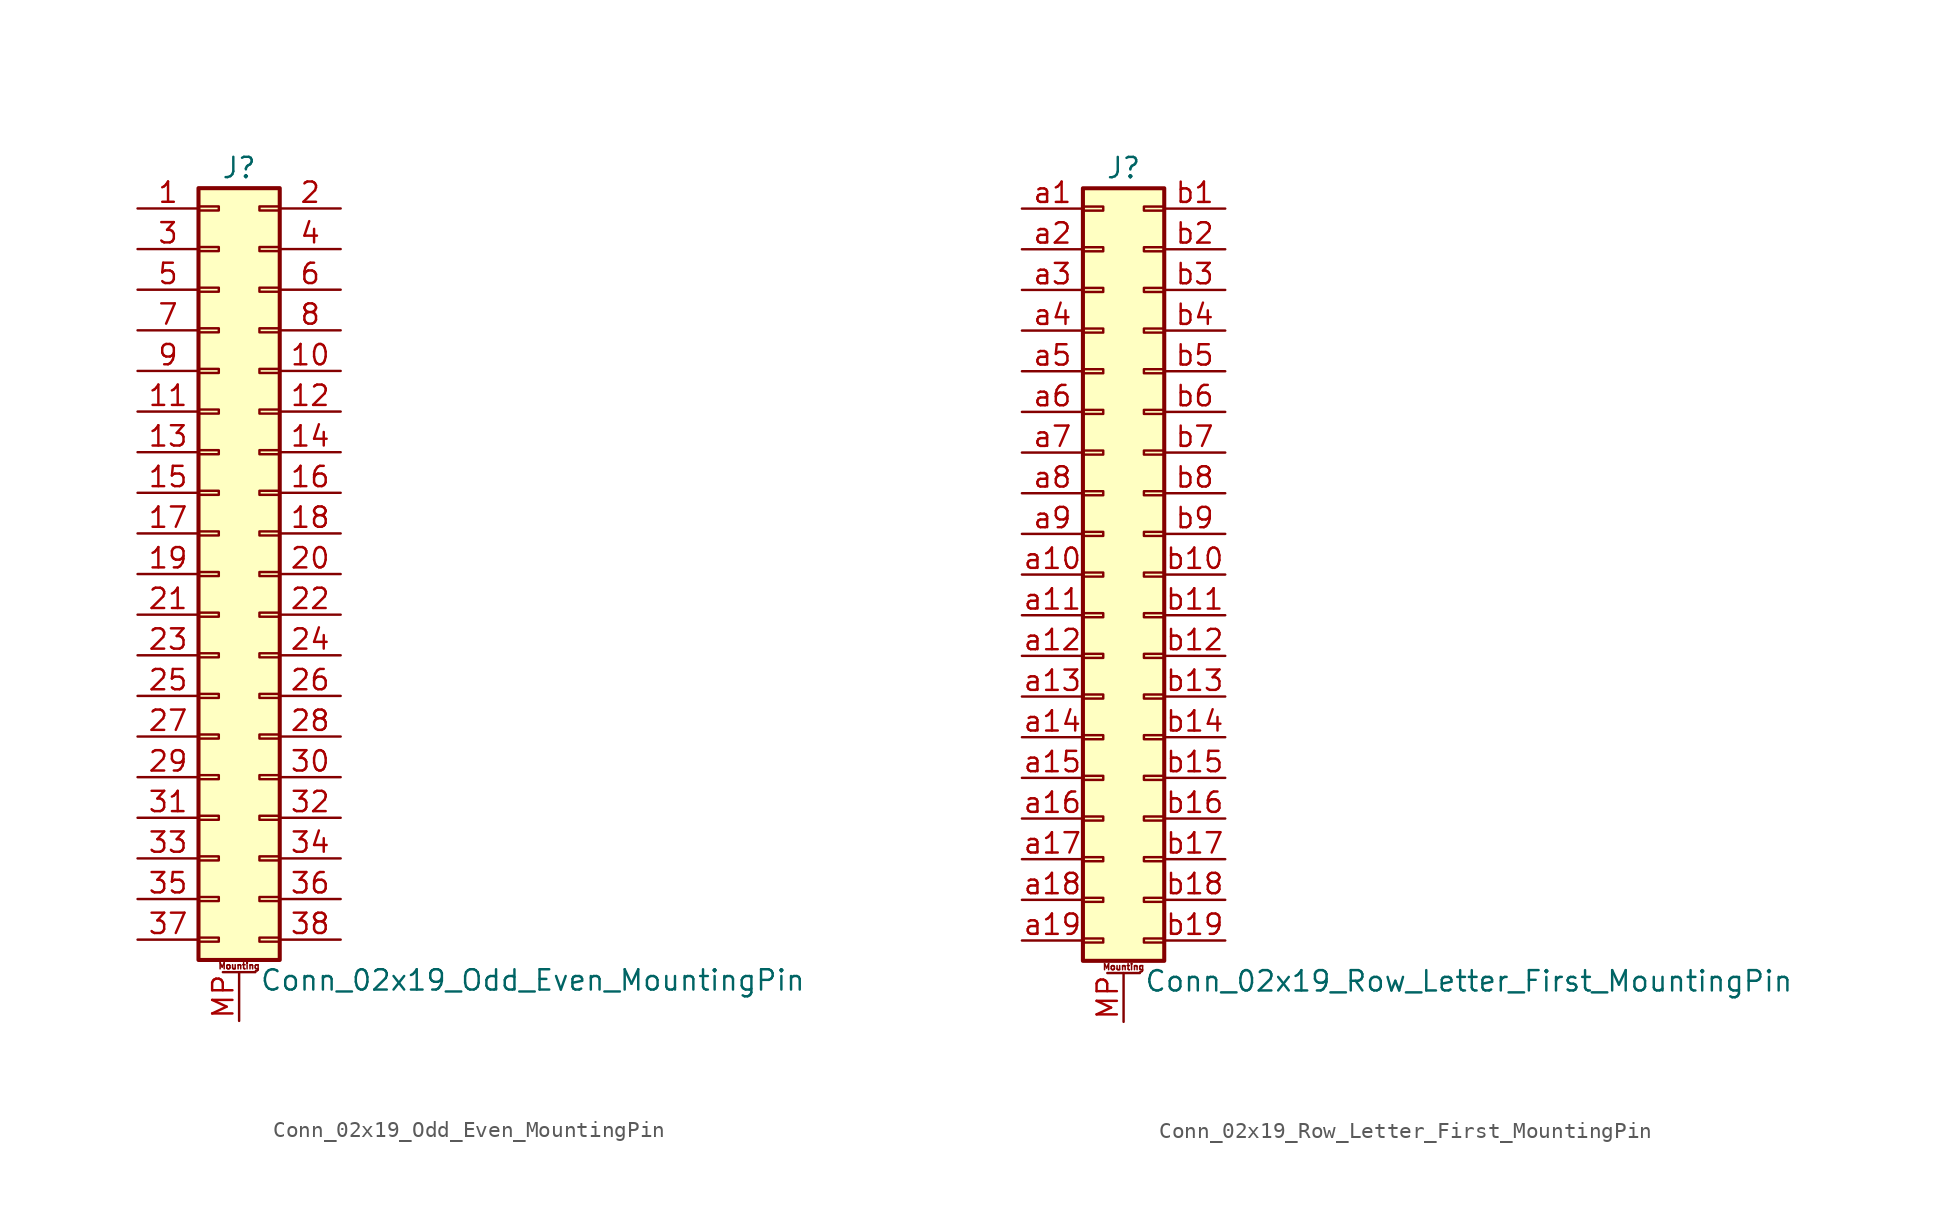
<source format=kicad_sym>
(kicad_symbol_lib
  (version 20211014)
  (generator kicad_symbol_editor)
  (symbol "Conn_02x19_Odd_Even_MountingPin"
    (pin_names
      (offset 1.016) hide)
    (property "Reference" "J"
      (at 1.27 25.4 0)
      (effects (font (size 1.27 1.27))))
    (property "Value" "Conn_02x19_Odd_Even_MountingPin"
      (at 2.54 -25.4 0)
      (effects (font (size 1.27 1.27)) (justify left)))
    (symbol "Conn_02x19_Odd_Even_MountingPin_1_1"
      (rectangle (start -1.27 -22.733) (end 0 -22.987) (stroke (width 0.152) (type default) (color 0 0 0 0)) (fill (type none)))
      (rectangle (start -1.27 -20.193) (end 0 -20.447) (stroke (width 0.152) (type default) (color 0 0 0 0)) (fill (type none)))
      (rectangle (start -1.27 -17.653) (end 0 -17.907) (stroke (width 0.152) (type default) (color 0 0 0 0)) (fill (type none)))
      (rectangle (start -1.27 -15.113) (end 0 -15.367) (stroke (width 0.152) (type default) (color 0 0 0 0)) (fill (type none)))
      (rectangle (start -1.27 -12.573) (end 0 -12.827) (stroke (width 0.152) (type default) (color 0 0 0 0)) (fill (type none)))
      (rectangle (start -1.27 -10.033) (end 0 -10.287) (stroke (width 0.152) (type default) (color 0 0 0 0)) (fill (type none)))
      (rectangle (start -1.27 -7.493) (end 0 -7.747) (stroke (width 0.152) (type default) (color 0 0 0 0)) (fill (type none)))
      (rectangle (start -1.27 -4.953) (end 0 -5.207) (stroke (width 0.152) (type default) (color 0 0 0 0)) (fill (type none)))
      (rectangle (start -1.27 -2.413) (end 0 -2.667) (stroke (width 0.152) (type default) (color 0 0 0 0)) (fill (type none)))
      (rectangle (start -1.27 0.127) (end 0 -0.127) (stroke (width 0.152) (type default) (color 0 0 0 0)) (fill (type none)))
      (rectangle (start -1.27 2.667) (end 0 2.413) (stroke (width 0.152) (type default) (color 0 0 0 0)) (fill (type none)))
      (rectangle (start -1.27 5.207) (end 0 4.953) (stroke (width 0.152) (type default) (color 0 0 0 0)) (fill (type none)))
      (rectangle (start -1.27 7.747) (end 0 7.493) (stroke (width 0.152) (type default) (color 0 0 0 0)) (fill (type none)))
      (rectangle (start -1.27 10.287) (end 0 10.033) (stroke (width 0.152) (type default) (color 0 0 0 0)) (fill (type none)))
      (rectangle (start -1.27 12.827) (end 0 12.573) (stroke (width 0.152) (type default) (color 0 0 0 0)) (fill (type none)))
      (rectangle (start -1.27 15.367) (end 0 15.113) (stroke (width 0.152) (type default) (color 0 0 0 0)) (fill (type none)))
      (rectangle (start -1.27 17.907) (end 0 17.653) (stroke (width 0.152) (type default) (color 0 0 0 0)) (fill (type none)))
      (rectangle (start -1.27 20.447) (end 0 20.193) (stroke (width 0.152) (type default) (color 0 0 0 0)) (fill (type none)))
      (rectangle (start -1.27 22.987) (end 0 22.733) (stroke (width 0.152) (type default) (color 0 0 0 0)) (fill (type none)))
      (rectangle (start -1.27 24.13) (end 3.81 -24.13) (stroke (width 0.254) (type default) (color 0 0 0 0)) (fill (type background)))
      (polyline (pts (xy 0.254 -24.892) (xy 2.286 -24.892)) (stroke (width 0.152) (type default) (color 0 0 0 0)) (fill (type none)))
      (rectangle (start 3.81 -22.733) (end 2.54 -22.987) (stroke (width 0.152) (type default) (color 0 0 0 0)) (fill (type none)))
      (rectangle (start 3.81 -20.193) (end 2.54 -20.447) (stroke (width 0.152) (type default) (color 0 0 0 0)) (fill (type none)))
      (rectangle (start 3.81 -17.653) (end 2.54 -17.907) (stroke (width 0.152) (type default) (color 0 0 0 0)) (fill (type none)))
      (rectangle (start 3.81 -15.113) (end 2.54 -15.367) (stroke (width 0.152) (type default) (color 0 0 0 0)) (fill (type none)))
      (rectangle (start 3.81 -12.573) (end 2.54 -12.827) (stroke (width 0.152) (type default) (color 0 0 0 0)) (fill (type none)))
      (rectangle (start 3.81 -10.033) (end 2.54 -10.287) (stroke (width 0.152) (type default) (color 0 0 0 0)) (fill (type none)))
      (rectangle (start 3.81 -7.493) (end 2.54 -7.747) (stroke (width 0.152) (type default) (color 0 0 0 0)) (fill (type none)))
      (rectangle (start 3.81 -4.953) (end 2.54 -5.207) (stroke (width 0.152) (type default) (color 0 0 0 0)) (fill (type none)))
      (rectangle (start 3.81 -2.413) (end 2.54 -2.667) (stroke (width 0.152) (type default) (color 0 0 0 0)) (fill (type none)))
      (rectangle (start 3.81 0.127) (end 2.54 -0.127) (stroke (width 0.152) (type default) (color 0 0 0 0)) (fill (type none)))
      (rectangle (start 3.81 2.667) (end 2.54 2.413) (stroke (width 0.152) (type default) (color 0 0 0 0)) (fill (type none)))
      (rectangle (start 3.81 5.207) (end 2.54 4.953) (stroke (width 0.152) (type default) (color 0 0 0 0)) (fill (type none)))
      (rectangle (start 3.81 7.747) (end 2.54 7.493) (stroke (width 0.152) (type default) (color 0 0 0 0)) (fill (type none)))
      (rectangle (start 3.81 10.287) (end 2.54 10.033) (stroke (width 0.152) (type default) (color 0 0 0 0)) (fill (type none)))
      (rectangle (start 3.81 12.827) (end 2.54 12.573) (stroke (width 0.152) (type default) (color 0 0 0 0)) (fill (type none)))
      (rectangle (start 3.81 15.367) (end 2.54 15.113) (stroke (width 0.152) (type default) (color 0 0 0 0)) (fill (type none)))
      (rectangle (start 3.81 17.907) (end 2.54 17.653) (stroke (width 0.152) (type default) (color 0 0 0 0)) (fill (type none)))
      (rectangle (start 3.81 20.447) (end 2.54 20.193) (stroke (width 0.152) (type default) (color 0 0 0 0)) (fill (type none)))
      (rectangle (start 3.81 22.987) (end 2.54 22.733) (stroke (width 0.152) (type default) (color 0 0 0 0)) (fill (type none)))
      (text "Mounting" (at 1.27 -24.511 0) (effects (font (size 0.381 0.381))))
      (pin passive line (at -5.08 22.86 0) (length 3.81) (name "Pin_1" (effects (font (size 1.27 1.27)))) (number "1" (effects (font (size 1.27 1.27)))))
      (pin passive line (at 7.62 12.7 180) (length 3.81) (name "Pin_10" (effects (font (size 1.27 1.27)))) (number "10" (effects (font (size 1.27 1.27)))))
      (pin passive line (at -5.08 10.16 0) (length 3.81) (name "Pin_11" (effects (font (size 1.27 1.27)))) (number "11" (effects (font (size 1.27 1.27)))))
      (pin passive line (at 7.62 10.16 180) (length 3.81) (name "Pin_12" (effects (font (size 1.27 1.27)))) (number "12" (effects (font (size 1.27 1.27)))))
      (pin passive line (at -5.08 7.62 0) (length 3.81) (name "Pin_13" (effects (font (size 1.27 1.27)))) (number "13" (effects (font (size 1.27 1.27)))))
      (pin passive line (at 7.62 7.62 180) (length 3.81) (name "Pin_14" (effects (font (size 1.27 1.27)))) (number "14" (effects (font (size 1.27 1.27)))))
      (pin passive line (at -5.08 5.08 0) (length 3.81) (name "Pin_15" (effects (font (size 1.27 1.27)))) (number "15" (effects (font (size 1.27 1.27)))))
      (pin passive line (at 7.62 5.08 180) (length 3.81) (name "Pin_16" (effects (font (size 1.27 1.27)))) (number "16" (effects (font (size 1.27 1.27)))))
      (pin passive line (at -5.08 2.54 0) (length 3.81) (name "Pin_17" (effects (font (size 1.27 1.27)))) (number "17" (effects (font (size 1.27 1.27)))))
      (pin passive line (at 7.62 2.54 180) (length 3.81) (name "Pin_18" (effects (font (size 1.27 1.27)))) (number "18" (effects (font (size 1.27 1.27)))))
      (pin passive line (at -5.08 0 0) (length 3.81) (name "Pin_19" (effects (font (size 1.27 1.27)))) (number "19" (effects (font (size 1.27 1.27)))))
      (pin passive line (at 7.62 22.86 180) (length 3.81) (name "Pin_2" (effects (font (size 1.27 1.27)))) (number "2" (effects (font (size 1.27 1.27)))))
      (pin passive line (at 7.62 0 180) (length 3.81) (name "Pin_20" (effects (font (size 1.27 1.27)))) (number "20" (effects (font (size 1.27 1.27)))))
      (pin passive line (at -5.08 -2.54 0) (length 3.81) (name "Pin_21" (effects (font (size 1.27 1.27)))) (number "21" (effects (font (size 1.27 1.27)))))
      (pin passive line (at 7.62 -2.54 180) (length 3.81) (name "Pin_22" (effects (font (size 1.27 1.27)))) (number "22" (effects (font (size 1.27 1.27)))))
      (pin passive line (at -5.08 -5.08 0) (length 3.81) (name "Pin_23" (effects (font (size 1.27 1.27)))) (number "23" (effects (font (size 1.27 1.27)))))
      (pin passive line (at 7.62 -5.08 180) (length 3.81) (name "Pin_24" (effects (font (size 1.27 1.27)))) (number "24" (effects (font (size 1.27 1.27)))))
      (pin passive line (at -5.08 -7.62 0) (length 3.81) (name "Pin_25" (effects (font (size 1.27 1.27)))) (number "25" (effects (font (size 1.27 1.27)))))
      (pin passive line (at 7.62 -7.62 180) (length 3.81) (name "Pin_26" (effects (font (size 1.27 1.27)))) (number "26" (effects (font (size 1.27 1.27)))))
      (pin passive line (at -5.08 -10.16 0) (length 3.81) (name "Pin_27" (effects (font (size 1.27 1.27)))) (number "27" (effects (font (size 1.27 1.27)))))
      (pin passive line (at 7.62 -10.16 180) (length 3.81) (name "Pin_28" (effects (font (size 1.27 1.27)))) (number "28" (effects (font (size 1.27 1.27)))))
      (pin passive line (at -5.08 -12.7 0) (length 3.81) (name "Pin_29" (effects (font (size 1.27 1.27)))) (number "29" (effects (font (size 1.27 1.27)))))
      (pin passive line (at -5.08 20.32 0) (length 3.81) (name "Pin_3" (effects (font (size 1.27 1.27)))) (number "3" (effects (font (size 1.27 1.27)))))
      (pin passive line (at 7.62 -12.7 180) (length 3.81) (name "Pin_30" (effects (font (size 1.27 1.27)))) (number "30" (effects (font (size 1.27 1.27)))))
      (pin passive line (at -5.08 -15.24 0) (length 3.81) (name "Pin_31" (effects (font (size 1.27 1.27)))) (number "31" (effects (font (size 1.27 1.27)))))
      (pin passive line (at 7.62 -15.24 180) (length 3.81) (name "Pin_32" (effects (font (size 1.27 1.27)))) (number "32" (effects (font (size 1.27 1.27)))))
      (pin passive line (at -5.08 -17.78 0) (length 3.81) (name "Pin_33" (effects (font (size 1.27 1.27)))) (number "33" (effects (font (size 1.27 1.27)))))
      (pin passive line (at 7.62 -17.78 180) (length 3.81) (name "Pin_34" (effects (font (size 1.27 1.27)))) (number "34" (effects (font (size 1.27 1.27)))))
      (pin passive line (at -5.08 -20.32 0) (length 3.81) (name "Pin_35" (effects (font (size 1.27 1.27)))) (number "35" (effects (font (size 1.27 1.27)))))
      (pin passive line (at 7.62 -20.32 180) (length 3.81) (name "Pin_36" (effects (font (size 1.27 1.27)))) (number "36" (effects (font (size 1.27 1.27)))))
      (pin passive line (at -5.08 -22.86 0) (length 3.81) (name "Pin_37" (effects (font (size 1.27 1.27)))) (number "37" (effects (font (size 1.27 1.27)))))
      (pin passive line (at 7.62 -22.86 180) (length 3.81) (name "Pin_38" (effects (font (size 1.27 1.27)))) (number "38" (effects (font (size 1.27 1.27)))))
      (pin passive line (at 7.62 20.32 180) (length 3.81) (name "Pin_4" (effects (font (size 1.27 1.27)))) (number "4" (effects (font (size 1.27 1.27)))))
      (pin passive line (at -5.08 17.78 0) (length 3.81) (name "Pin_5" (effects (font (size 1.27 1.27)))) (number "5" (effects (font (size 1.27 1.27)))))
      (pin passive line (at 7.62 17.78 180) (length 3.81) (name "Pin_6" (effects (font (size 1.27 1.27)))) (number "6" (effects (font (size 1.27 1.27)))))
      (pin passive line (at -5.08 15.24 0) (length 3.81) (name "Pin_7" (effects (font (size 1.27 1.27)))) (number "7" (effects (font (size 1.27 1.27)))))
      (pin passive line (at 7.62 15.24 180) (length 3.81) (name "Pin_8" (effects (font (size 1.27 1.27)))) (number "8" (effects (font (size 1.27 1.27)))))
      (pin passive line (at -5.08 12.7 0) (length 3.81) (name "Pin_9" (effects (font (size 1.27 1.27)))) (number "9" (effects (font (size 1.27 1.27)))))
      (pin passive line (at 1.27 -27.94 90) (length 3.048) (name "MountPin" (effects (font (size 1.27 1.27)))) (number "MP" (effects (font (size 1.27 1.27)))))))
  (symbol "Conn_02x19_Row_Letter_First_MountingPin"
    (pin_names
      (offset 1.016) hide)
    (property "Reference" "J"
      (at 1.27 25.4 0)
      (effects (font (size 1.27 1.27))))
    (property "Value" "Conn_02x19_Row_Letter_First_MountingPin"
      (at 2.54 -25.4 0)
      (effects (font (size 1.27 1.27)) (justify left)))
    (symbol "Conn_02x19_Row_Letter_First_MountingPin_1_1"
      (rectangle (start -1.27 -22.733) (end 0 -22.987) (stroke (width 0.152) (type default) (color 0 0 0 0)) (fill (type none)))
      (rectangle (start -1.27 -20.193) (end 0 -20.447) (stroke (width 0.152) (type default) (color 0 0 0 0)) (fill (type none)))
      (rectangle (start -1.27 -17.653) (end 0 -17.907) (stroke (width 0.152) (type default) (color 0 0 0 0)) (fill (type none)))
      (rectangle (start -1.27 -15.113) (end 0 -15.367) (stroke (width 0.152) (type default) (color 0 0 0 0)) (fill (type none)))
      (rectangle (start -1.27 -12.573) (end 0 -12.827) (stroke (width 0.152) (type default) (color 0 0 0 0)) (fill (type none)))
      (rectangle (start -1.27 -10.033) (end 0 -10.287) (stroke (width 0.152) (type default) (color 0 0 0 0)) (fill (type none)))
      (rectangle (start -1.27 -7.493) (end 0 -7.747) (stroke (width 0.152) (type default) (color 0 0 0 0)) (fill (type none)))
      (rectangle (start -1.27 -4.953) (end 0 -5.207) (stroke (width 0.152) (type default) (color 0 0 0 0)) (fill (type none)))
      (rectangle (start -1.27 -2.413) (end 0 -2.667) (stroke (width 0.152) (type default) (color 0 0 0 0)) (fill (type none)))
      (rectangle (start -1.27 0.127) (end 0 -0.127) (stroke (width 0.152) (type default) (color 0 0 0 0)) (fill (type none)))
      (rectangle (start -1.27 2.667) (end 0 2.413) (stroke (width 0.152) (type default) (color 0 0 0 0)) (fill (type none)))
      (rectangle (start -1.27 5.207) (end 0 4.953) (stroke (width 0.152) (type default) (color 0 0 0 0)) (fill (type none)))
      (rectangle (start -1.27 7.747) (end 0 7.493) (stroke (width 0.152) (type default) (color 0 0 0 0)) (fill (type none)))
      (rectangle (start -1.27 10.287) (end 0 10.033) (stroke (width 0.152) (type default) (color 0 0 0 0)) (fill (type none)))
      (rectangle (start -1.27 12.827) (end 0 12.573) (stroke (width 0.152) (type default) (color 0 0 0 0)) (fill (type none)))
      (rectangle (start -1.27 15.367) (end 0 15.113) (stroke (width 0.152) (type default) (color 0 0 0 0)) (fill (type none)))
      (rectangle (start -1.27 17.907) (end 0 17.653) (stroke (width 0.152) (type default) (color 0 0 0 0)) (fill (type none)))
      (rectangle (start -1.27 20.447) (end 0 20.193) (stroke (width 0.152) (type default) (color 0 0 0 0)) (fill (type none)))
      (rectangle (start -1.27 22.987) (end 0 22.733) (stroke (width 0.152) (type default) (color 0 0 0 0)) (fill (type none)))
      (rectangle (start -1.27 24.13) (end 3.81 -24.13) (stroke (width 0.254) (type default) (color 0 0 0 0)) (fill (type background)))
      (polyline (pts (xy 0.254 -24.892) (xy 2.286 -24.892)) (stroke (width 0.152) (type default) (color 0 0 0 0)) (fill (type none)))
      (rectangle (start 3.81 -22.733) (end 2.54 -22.987) (stroke (width 0.152) (type default) (color 0 0 0 0)) (fill (type none)))
      (rectangle (start 3.81 -20.193) (end 2.54 -20.447) (stroke (width 0.152) (type default) (color 0 0 0 0)) (fill (type none)))
      (rectangle (start 3.81 -17.653) (end 2.54 -17.907) (stroke (width 0.152) (type default) (color 0 0 0 0)) (fill (type none)))
      (rectangle (start 3.81 -15.113) (end 2.54 -15.367) (stroke (width 0.152) (type default) (color 0 0 0 0)) (fill (type none)))
      (rectangle (start 3.81 -12.573) (end 2.54 -12.827) (stroke (width 0.152) (type default) (color 0 0 0 0)) (fill (type none)))
      (rectangle (start 3.81 -10.033) (end 2.54 -10.287) (stroke (width 0.152) (type default) (color 0 0 0 0)) (fill (type none)))
      (rectangle (start 3.81 -7.493) (end 2.54 -7.747) (stroke (width 0.152) (type default) (color 0 0 0 0)) (fill (type none)))
      (rectangle (start 3.81 -4.953) (end 2.54 -5.207) (stroke (width 0.152) (type default) (color 0 0 0 0)) (fill (type none)))
      (rectangle (start 3.81 -2.413) (end 2.54 -2.667) (stroke (width 0.152) (type default) (color 0 0 0 0)) (fill (type none)))
      (rectangle (start 3.81 0.127) (end 2.54 -0.127) (stroke (width 0.152) (type default) (color 0 0 0 0)) (fill (type none)))
      (rectangle (start 3.81 2.667) (end 2.54 2.413) (stroke (width 0.152) (type default) (color 0 0 0 0)) (fill (type none)))
      (rectangle (start 3.81 5.207) (end 2.54 4.953) (stroke (width 0.152) (type default) (color 0 0 0 0)) (fill (type none)))
      (rectangle (start 3.81 7.747) (end 2.54 7.493) (stroke (width 0.152) (type default) (color 0 0 0 0)) (fill (type none)))
      (rectangle (start 3.81 10.287) (end 2.54 10.033) (stroke (width 0.152) (type default) (color 0 0 0 0)) (fill (type none)))
      (rectangle (start 3.81 12.827) (end 2.54 12.573) (stroke (width 0.152) (type default) (color 0 0 0 0)) (fill (type none)))
      (rectangle (start 3.81 15.367) (end 2.54 15.113) (stroke (width 0.152) (type default) (color 0 0 0 0)) (fill (type none)))
      (rectangle (start 3.81 17.907) (end 2.54 17.653) (stroke (width 0.152) (type default) (color 0 0 0 0)) (fill (type none)))
      (rectangle (start 3.81 20.447) (end 2.54 20.193) (stroke (width 0.152) (type default) (color 0 0 0 0)) (fill (type none)))
      (rectangle (start 3.81 22.987) (end 2.54 22.733) (stroke (width 0.152) (type default) (color 0 0 0 0)) (fill (type none)))
      (text "Mounting" (at 1.27 -24.511 0) (effects (font (size 0.381 0.381))))
      (pin passive line (at 1.27 -27.94 90) (length 3.048) (name "MountPin" (effects (font (size 1.27 1.27)))) (number "MP" (effects (font (size 1.27 1.27)))))
      (pin passive line (at -5.08 22.86 0) (length 3.81) (name "Pin_a1" (effects (font (size 1.27 1.27)))) (number "a1" (effects (font (size 1.27 1.27)))))
      (pin passive line (at -5.08 0 0) (length 3.81) (name "Pin_a10" (effects (font (size 1.27 1.27)))) (number "a10" (effects (font (size 1.27 1.27)))))
      (pin passive line (at -5.08 -2.54 0) (length 3.81) (name "Pin_a11" (effects (font (size 1.27 1.27)))) (number "a11" (effects (font (size 1.27 1.27)))))
      (pin passive line (at -5.08 -5.08 0) (length 3.81) (name "Pin_a12" (effects (font (size 1.27 1.27)))) (number "a12" (effects (font (size 1.27 1.27)))))
      (pin passive line (at -5.08 -7.62 0) (length 3.81) (name "Pin_a13" (effects (font (size 1.27 1.27)))) (number "a13" (effects (font (size 1.27 1.27)))))
      (pin passive line (at -5.08 -10.16 0) (length 3.81) (name "Pin_a14" (effects (font (size 1.27 1.27)))) (number "a14" (effects (font (size 1.27 1.27)))))
      (pin passive line (at -5.08 -12.7 0) (length 3.81) (name "Pin_a15" (effects (font (size 1.27 1.27)))) (number "a15" (effects (font (size 1.27 1.27)))))
      (pin passive line (at -5.08 -15.24 0) (length 3.81) (name "Pin_a16" (effects (font (size 1.27 1.27)))) (number "a16" (effects (font (size 1.27 1.27)))))
      (pin passive line (at -5.08 -17.78 0) (length 3.81) (name "Pin_a17" (effects (font (size 1.27 1.27)))) (number "a17" (effects (font (size 1.27 1.27)))))
      (pin passive line (at -5.08 -20.32 0) (length 3.81) (name "Pin_a18" (effects (font (size 1.27 1.27)))) (number "a18" (effects (font (size 1.27 1.27)))))
      (pin passive line (at -5.08 -22.86 0) (length 3.81) (name "Pin_a19" (effects (font (size 1.27 1.27)))) (number "a19" (effects (font (size 1.27 1.27)))))
      (pin passive line (at -5.08 20.32 0) (length 3.81) (name "Pin_a2" (effects (font (size 1.27 1.27)))) (number "a2" (effects (font (size 1.27 1.27)))))
      (pin passive line (at -5.08 17.78 0) (length 3.81) (name "Pin_a3" (effects (font (size 1.27 1.27)))) (number "a3" (effects (font (size 1.27 1.27)))))
      (pin passive line (at -5.08 15.24 0) (length 3.81) (name "Pin_a4" (effects (font (size 1.27 1.27)))) (number "a4" (effects (font (size 1.27 1.27)))))
      (pin passive line (at -5.08 12.7 0) (length 3.81) (name "Pin_a5" (effects (font (size 1.27 1.27)))) (number "a5" (effects (font (size 1.27 1.27)))))
      (pin passive line (at -5.08 10.16 0) (length 3.81) (name "Pin_a6" (effects (font (size 1.27 1.27)))) (number "a6" (effects (font (size 1.27 1.27)))))
      (pin passive line (at -5.08 7.62 0) (length 3.81) (name "Pin_a7" (effects (font (size 1.27 1.27)))) (number "a7" (effects (font (size 1.27 1.27)))))
      (pin passive line (at -5.08 5.08 0) (length 3.81) (name "Pin_a8" (effects (font (size 1.27 1.27)))) (number "a8" (effects (font (size 1.27 1.27)))))
      (pin passive line (at -5.08 2.54 0) (length 3.81) (name "Pin_a9" (effects (font (size 1.27 1.27)))) (number "a9" (effects (font (size 1.27 1.27)))))
      (pin passive line (at 7.62 22.86 180) (length 3.81) (name "Pin_b1" (effects (font (size 1.27 1.27)))) (number "b1" (effects (font (size 1.27 1.27)))))
      (pin passive line (at 7.62 0 180) (length 3.81) (name "Pin_b10" (effects (font (size 1.27 1.27)))) (number "b10" (effects (font (size 1.27 1.27)))))
      (pin passive line (at 7.62 -2.54 180) (length 3.81) (name "Pin_b11" (effects (font (size 1.27 1.27)))) (number "b11" (effects (font (size 1.27 1.27)))))
      (pin passive line (at 7.62 -5.08 180) (length 3.81) (name "Pin_b12" (effects (font (size 1.27 1.27)))) (number "b12" (effects (font (size 1.27 1.27)))))
      (pin passive line (at 7.62 -7.62 180) (length 3.81) (name "Pin_b13" (effects (font (size 1.27 1.27)))) (number "b13" (effects (font (size 1.27 1.27)))))
      (pin passive line (at 7.62 -10.16 180) (length 3.81) (name "Pin_b14" (effects (font (size 1.27 1.27)))) (number "b14" (effects (font (size 1.27 1.27)))))
      (pin passive line (at 7.62 -12.7 180) (length 3.81) (name "Pin_b15" (effects (font (size 1.27 1.27)))) (number "b15" (effects (font (size 1.27 1.27)))))
      (pin passive line (at 7.62 -15.24 180) (length 3.81) (name "Pin_b16" (effects (font (size 1.27 1.27)))) (number "b16" (effects (font (size 1.27 1.27)))))
      (pin passive line (at 7.62 -17.78 180) (length 3.81) (name "Pin_b17" (effects (font (size 1.27 1.27)))) (number "b17" (effects (font (size 1.27 1.27)))))
      (pin passive line (at 7.62 -20.32 180) (length 3.81) (name "Pin_b18" (effects (font (size 1.27 1.27)))) (number "b18" (effects (font (size 1.27 1.27)))))
      (pin passive line (at 7.62 -22.86 180) (length 3.81) (name "Pin_b19" (effects (font (size 1.27 1.27)))) (number "b19" (effects (font (size 1.27 1.27)))))
      (pin passive line (at 7.62 20.32 180) (length 3.81) (name "Pin_b2" (effects (font (size 1.27 1.27)))) (number "b2" (effects (font (size 1.27 1.27)))))
      (pin passive line (at 7.62 17.78 180) (length 3.81) (name "Pin_b3" (effects (font (size 1.27 1.27)))) (number "b3" (effects (font (size 1.27 1.27)))))
      (pin passive line (at 7.62 15.24 180) (length 3.81) (name "Pin_b4" (effects (font (size 1.27 1.27)))) (number "b4" (effects (font (size 1.27 1.27)))))
      (pin passive line (at 7.62 12.7 180) (length 3.81) (name "Pin_b5" (effects (font (size 1.27 1.27)))) (number "b5" (effects (font (size 1.27 1.27)))))
      (pin passive line (at 7.62 10.16 180) (length 3.81) (name "Pin_b6" (effects (font (size 1.27 1.27)))) (number "b6" (effects (font (size 1.27 1.27)))))
      (pin passive line (at 7.62 7.62 180) (length 3.81) (name "Pin_b7" (effects (font (size 1.27 1.27)))) (number "b7" (effects (font (size 1.27 1.27)))))
      (pin passive line (at 7.62 5.08 180) (length 3.81) (name "Pin_b8" (effects (font (size 1.27 1.27)))) (number "b8" (effects (font (size 1.27 1.27)))))
      (pin passive line (at 7.62 2.54 180) (length 3.81) (name "Pin_b9" (effects (font (size 1.27 1.27)))) (number "b9" (effects (font (size 1.27 1.27))))))))
</source>
